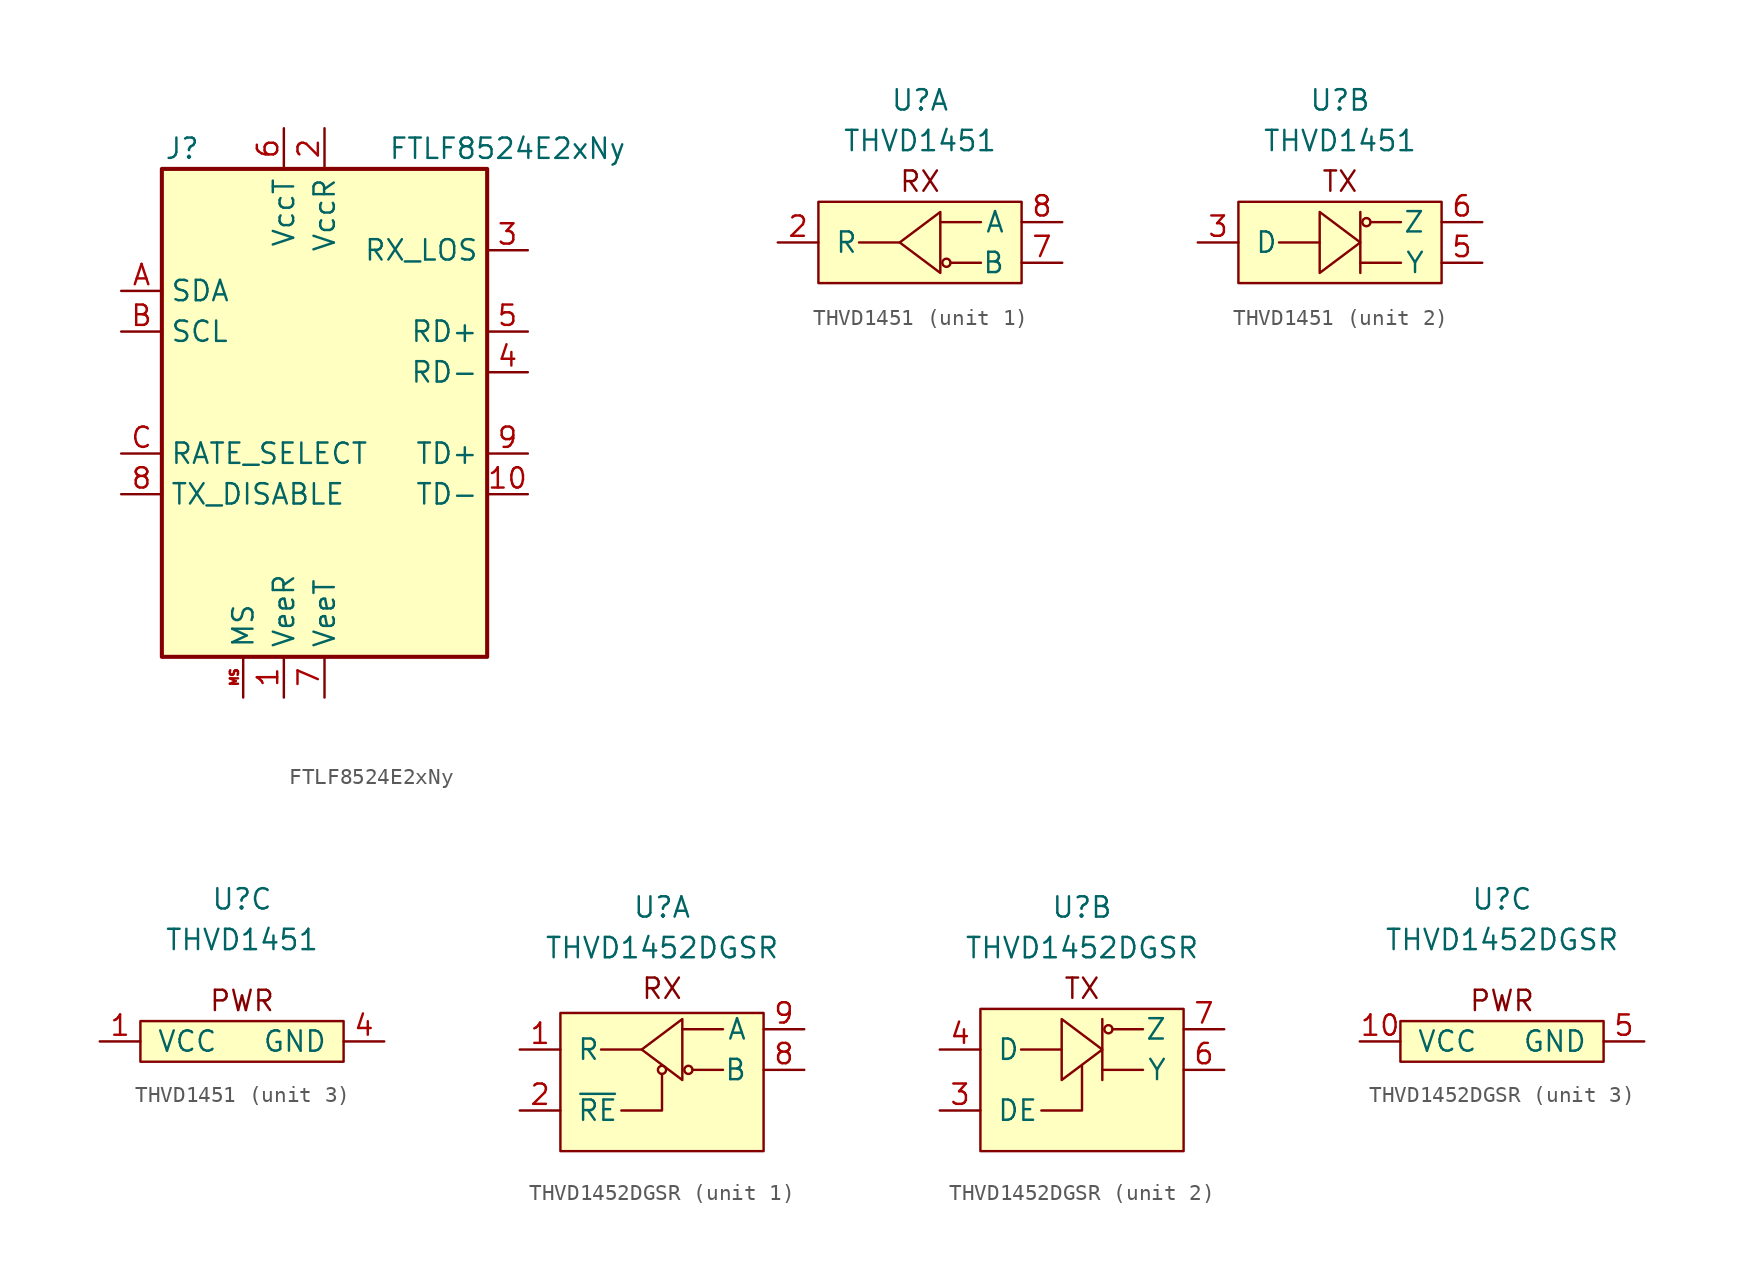
<source format=kicad_sym>
(kicad_symbol_lib
  (version 20220914)
  (generator kicad_symbol_editor)
  (symbol "FTLF8524E2xNy"
    (property "Reference" "J"
      (at -8.89 16.51 0)
      (effects (font (size 1.27 1.27))))
    (property "Value" "FTLF8524E2xNy"
      (at 11.43 16.51 0)
      (effects (font (size 1.27 1.27))))
    (symbol "FTLF8524E2xNy_0_0"
      (rectangle (start -10.16 15.24) (end 10.16 -15.24) (stroke (width 0.254) (type default)) (fill (type background))))
    (symbol "FTLF8524E2xNy_1_1"
      (pin power_in line (at -2.54 -17.78 90) (length 2.54) (name "VeeR" (effects (font (size 1.27 1.27)))) (number "1" (effects (font (size 1.27 1.27)))))
      (pin input line (at 12.7 -5.08 180) (length 2.54) (name "TD-" (effects (font (size 1.27 1.27)))) (number "10" (effects (font (size 1.27 1.27)))))
      (pin power_in line (at 0 17.78 270) (length 2.54) (name "VccR" (effects (font (size 1.27 1.27)))) (number "2" (effects (font (size 1.27 1.27)))))
      (pin open_collector line (at 12.7 10.16 180) (length 2.54) (name "RX_LOS" (effects (font (size 1.27 1.27)))) (number "3" (effects (font (size 1.27 1.27)))))
      (pin output line (at 12.7 2.54 180) (length 2.54) (name "RD-" (effects (font (size 1.27 1.27)))) (number "4" (effects (font (size 1.27 1.27)))))
      (pin output line (at 12.7 5.08 180) (length 2.54) (name "RD+" (effects (font (size 1.27 1.27)))) (number "5" (effects (font (size 1.27 1.27)))))
      (pin power_in line (at -2.54 17.78 270) (length 2.54) (name "VccT" (effects (font (size 1.27 1.27)))) (number "6" (effects (font (size 1.27 1.27)))))
      (pin power_in line (at 0 -17.78 90) (length 2.54) (name "VeeT" (effects (font (size 1.27 1.27)))) (number "7" (effects (font (size 1.27 1.27)))))
      (pin input line (at -12.7 -5.08 0) (length 2.54) (name "TX_DISABLE" (effects (font (size 1.27 1.27)))) (number "8" (effects (font (size 1.27 1.27)))))
      (pin input line (at 12.7 -2.54 180) (length 2.54) (name "TD+" (effects (font (size 1.27 1.27)))) (number "9" (effects (font (size 1.27 1.27)))))
      (pin bidirectional line (at -12.7 7.62 0) (length 2.54) (name "SDA" (effects (font (size 1.27 1.27)))) (number "A" (effects (font (size 1.27 1.27)))))
      (pin input line (at -12.7 5.08 0) (length 2.54) (name "SCL" (effects (font (size 1.27 1.27)))) (number "B" (effects (font (size 1.27 1.27)))))
      (pin input line (at -12.7 -2.54 0) (length 2.54) (name "RATE_SELECT" (effects (font (size 1.27 1.27)))) (number "C" (effects (font (size 1.27 1.27)))))
      (pin passive line (at -5.08 -17.78 90) (length 2.54) (name "MS" (effects (font (size 1.27 1.27)))) (number "MS" (effects (font (size 0.508 0.508)))))))
  (symbol "THVD1451"
    (pin_names
      (offset 1.016))
    (property "Reference" "U"
      (at 0 8.89 0)
      (effects (font (size 1.27 1.27))))
    (property "Value" "THVD1451"
      (at 0 6.35 0)
      (effects (font (size 1.27 1.27))))
    (property "ki_locked" ""
      (at 0 0 0)
      (effects (font (size 1.27 1.27))))
    (symbol "THVD1451_1_0"
      (text "RX" (at 0 3.81 0) (effects (font (size 1.27 1.27)))))
    (symbol "THVD1451_1_1"
      (rectangle (start -6.35 2.54) (end 6.35 -2.54) (stroke (width 0) (type default)) (fill (type background)))
      (polyline (pts (xy -1.27 0) (xy -3.81 0)) (stroke (width 0) (type default)) (fill (type none)))
      (polyline (pts (xy 3.175 -1.27) (xy 3.81 -1.27) (xy 1.905 -1.27)) (stroke (width 0) (type default)) (fill (type none)))
      (polyline (pts (xy 3.175 1.27) (xy 3.81 1.27) (xy 1.27 1.27)) (stroke (width 0) (type default)) (fill (type none)))
      (polyline (pts (xy -1.27 0) (xy 1.27 1.905) (xy 1.27 -1.905) (xy -1.27 0)) (stroke (width 0) (type default)) (fill (type none)))
      (circle (center 1.651 -1.27) (radius 0.254) (stroke (width 0) (type default)) (fill (type none)))
      (pin output line (at -8.89 0 0) (length 2.54) (name "R" (effects (font (size 1.27 1.27)))) (number "2" (effects (font (size 1.27 1.27)))))
      (pin input line (at 8.89 -1.27 180) (length 2.54) (name "B" (effects (font (size 1.27 1.27)))) (number "7" (effects (font (size 1.27 1.27)))))
      (pin input line (at 8.89 1.27 180) (length 2.54) (name "A" (effects (font (size 1.27 1.27)))) (number "8" (effects (font (size 1.27 1.27))))))
    (symbol "THVD1451_2_0"
      (text "TX" (at 0 3.81 0) (effects (font (size 1.27 1.27)))))
    (symbol "THVD1451_2_1"
      (rectangle (start -6.35 2.54) (end 6.35 -2.54) (stroke (width 0) (type default)) (fill (type background)))
      (polyline (pts (xy -1.27 0) (xy -3.81 0)) (stroke (width 0) (type default)) (fill (type none)))
      (polyline (pts (xy 1.27 1.905) (xy 1.27 -1.905)) (stroke (width 0) (type default)) (fill (type none)))
      (polyline (pts (xy 3.175 -1.27) (xy 3.81 -1.27) (xy 1.27 -1.27)) (stroke (width 0) (type default)) (fill (type none)))
      (polyline (pts (xy 3.175 1.27) (xy 3.81 1.27) (xy 1.905 1.27)) (stroke (width 0) (type default)) (fill (type none)))
      (polyline (pts (xy 1.27 0) (xy -1.27 1.905) (xy -1.27 -1.905) (xy 1.27 0)) (stroke (width 0) (type default)) (fill (type none)))
      (circle (center 1.651 1.27) (radius 0.254) (stroke (width 0) (type default)) (fill (type none)))
      (pin input line (at -8.89 0 0) (length 2.54) (name "D" (effects (font (size 1.27 1.27)))) (number "3" (effects (font (size 1.27 1.27)))))
      (pin output line (at 8.89 -1.27 180) (length 2.54) (name "Y" (effects (font (size 1.27 1.27)))) (number "5" (effects (font (size 1.27 1.27)))))
      (pin output line (at 8.89 1.27 180) (length 2.54) (name "Z" (effects (font (size 1.27 1.27)))) (number "6" (effects (font (size 1.27 1.27))))))
    (symbol "THVD1451_3_0"
      (rectangle (start -6.35 1.27) (end 6.35 -1.27) (stroke (width 0) (type default)) (fill (type background)))
      (text "PWR" (at 0 2.54 0) (effects (font (size 1.27 1.27)))))
    (symbol "THVD1451_3_1"
      (pin power_in line (at -8.89 0 0) (length 2.54) (name "VCC" (effects (font (size 1.27 1.27)))) (number "1" (effects (font (size 1.27 1.27)))))
      (pin passive line (at 8.89 0 180) (length 2.54) (name "GND" (effects (font (size 1.27 1.27)))) (number "4" (effects (font (size 1.27 1.27)))))
      (pin passive line (at 8.89 0 180) (length 2.54) hide (name "GND" (effects (font (size 1.27 1.27)))) (number "9" (effects (font (size 1.27 1.27)))))))
  (symbol "THVD1452DGSR"
    (pin_names
      (offset 1.016))
    (property "Reference" "U"
      (at 0 8.89 0)
      (effects (font (size 1.27 1.27))))
    (property "Value" "THVD1452DGSR"
      (at 0 6.35 0)
      (effects (font (size 1.27 1.27))))
    (property "ki_locked" ""
      (at 0 0 0)
      (effects (font (size 1.27 1.27))))
    (symbol "THVD1452DGSR_1_0"
      (text "RX" (at 0 3.81 0) (effects (font (size 1.27 1.27)))))
    (symbol "THVD1452DGSR_1_1"
      (rectangle (start -6.35 2.286) (end 6.35 -6.35) (stroke (width 0) (type default)) (fill (type background)))
      (circle (center 0 -1.27) (radius 0.254) (stroke (width 0) (type default)) (fill (type none)))
      (polyline (pts (xy -1.27 0) (xy -3.81 0)) (stroke (width 0) (type default)) (fill (type none)))
      (polyline (pts (xy -2.54 -3.81) (xy 0 -3.81) (xy 0 -1.524)) (stroke (width 0.152) (type default)) (fill (type none)))
      (polyline (pts (xy 3.175 -1.27) (xy 3.81 -1.27) (xy 1.905 -1.27)) (stroke (width 0) (type default)) (fill (type none)))
      (polyline (pts (xy 3.175 1.27) (xy 3.81 1.27) (xy 1.27 1.27)) (stroke (width 0) (type default)) (fill (type none)))
      (polyline (pts (xy -1.27 0) (xy 1.27 1.905) (xy 1.27 -1.905) (xy -1.27 0)) (stroke (width 0) (type default)) (fill (type none)))
      (circle (center 1.651 -1.27) (radius 0.254) (stroke (width 0) (type default)) (fill (type none)))
      (pin output line (at -8.89 0 0) (length 2.54) (name "R" (effects (font (size 1.27 1.27)))) (number "1" (effects (font (size 1.27 1.27)))))
      (pin input line (at -8.89 -3.81 0) (length 2.54) (name "~{RE}" (effects (font (size 1.27 1.27)))) (number "2" (effects (font (size 1.27 1.27)))))
      (pin input line (at 8.89 -1.27 180) (length 2.54) (name "B" (effects (font (size 1.27 1.27)))) (number "8" (effects (font (size 1.27 1.27)))))
      (pin input line (at 8.89 1.27 180) (length 2.54) (name "A" (effects (font (size 1.27 1.27)))) (number "9" (effects (font (size 1.27 1.27))))))
    (symbol "THVD1452DGSR_2_0"
      (text "TX" (at 0 3.81 0) (effects (font (size 1.27 1.27)))))
    (symbol "THVD1452DGSR_2_1"
      (rectangle (start -6.35 2.54) (end 6.35 -6.35) (stroke (width 0) (type default)) (fill (type background)))
      (polyline (pts (xy -1.27 0) (xy -3.81 0)) (stroke (width 0) (type default)) (fill (type none)))
      (polyline (pts (xy 1.27 1.905) (xy 1.27 -1.905)) (stroke (width 0) (type default)) (fill (type none)))
      (polyline (pts (xy -2.54 -3.81) (xy 0 -3.81) (xy 0 -1.016)) (stroke (width 0.152) (type default)) (fill (type none)))
      (polyline (pts (xy 3.175 -1.27) (xy 3.81 -1.27) (xy 1.27 -1.27)) (stroke (width 0) (type default)) (fill (type none)))
      (polyline (pts (xy 3.175 1.27) (xy 3.81 1.27) (xy 1.905 1.27)) (stroke (width 0) (type default)) (fill (type none)))
      (polyline (pts (xy 1.27 0) (xy -1.27 1.905) (xy -1.27 -1.905) (xy 1.27 0)) (stroke (width 0) (type default)) (fill (type none)))
      (circle (center 1.651 1.27) (radius 0.254) (stroke (width 0) (type default)) (fill (type none)))
      (pin input line (at -8.89 -3.81 0) (length 2.54) (name "DE" (effects (font (size 1.27 1.27)))) (number "3" (effects (font (size 1.27 1.27)))))
      (pin input line (at -8.89 0 0) (length 2.54) (name "D" (effects (font (size 1.27 1.27)))) (number "4" (effects (font (size 1.27 1.27)))))
      (pin output line (at 8.89 -1.27 180) (length 2.54) (name "Y" (effects (font (size 1.27 1.27)))) (number "6" (effects (font (size 1.27 1.27)))))
      (pin output line (at 8.89 1.27 180) (length 2.54) (name "Z" (effects (font (size 1.27 1.27)))) (number "7" (effects (font (size 1.27 1.27))))))
    (symbol "THVD1452DGSR_3_0"
      (rectangle (start -6.35 1.27) (end 6.35 -1.27) (stroke (width 0) (type default)) (fill (type background)))
      (text "PWR" (at 0 2.54 0) (effects (font (size 1.27 1.27)))))
    (symbol "THVD1452DGSR_3_1"
      (pin power_in line (at -8.89 0 0) (length 2.54) (name "VCC" (effects (font (size 1.27 1.27)))) (number "10" (effects (font (size 1.27 1.27)))))
      (pin passive line (at 8.89 0 180) (length 2.54) (name "GND" (effects (font (size 1.27 1.27)))) (number "5" (effects (font (size 1.27 1.27))))))))
</source>
